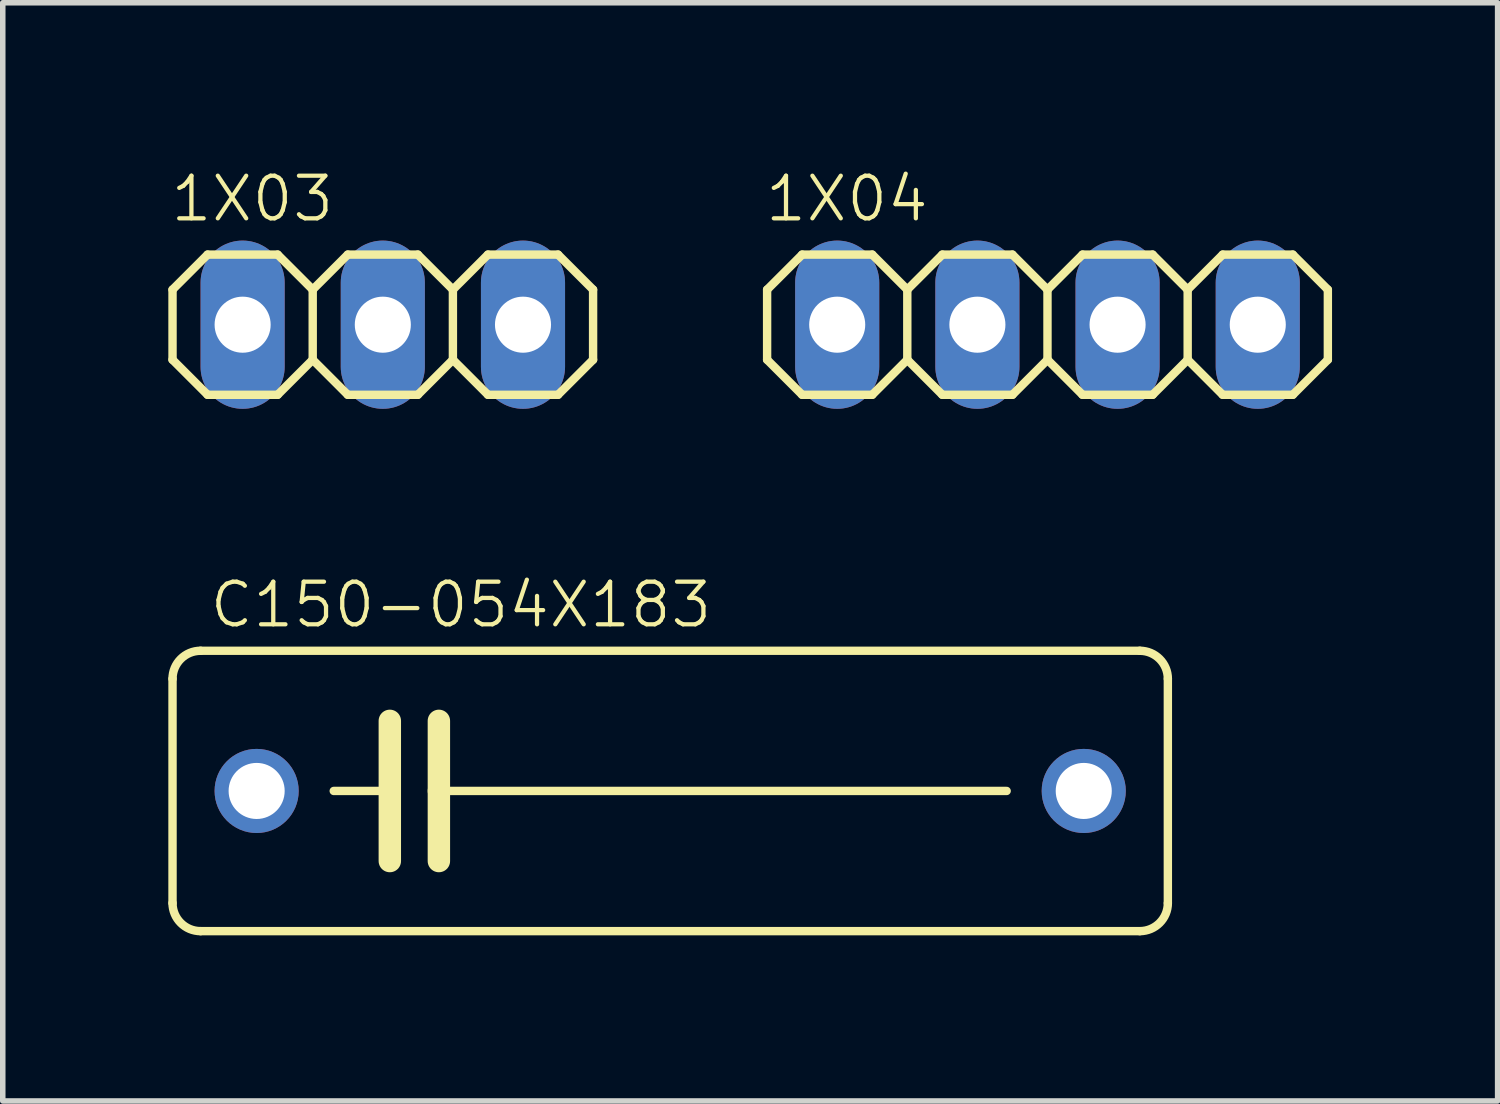
<source format=kicad_pcb>
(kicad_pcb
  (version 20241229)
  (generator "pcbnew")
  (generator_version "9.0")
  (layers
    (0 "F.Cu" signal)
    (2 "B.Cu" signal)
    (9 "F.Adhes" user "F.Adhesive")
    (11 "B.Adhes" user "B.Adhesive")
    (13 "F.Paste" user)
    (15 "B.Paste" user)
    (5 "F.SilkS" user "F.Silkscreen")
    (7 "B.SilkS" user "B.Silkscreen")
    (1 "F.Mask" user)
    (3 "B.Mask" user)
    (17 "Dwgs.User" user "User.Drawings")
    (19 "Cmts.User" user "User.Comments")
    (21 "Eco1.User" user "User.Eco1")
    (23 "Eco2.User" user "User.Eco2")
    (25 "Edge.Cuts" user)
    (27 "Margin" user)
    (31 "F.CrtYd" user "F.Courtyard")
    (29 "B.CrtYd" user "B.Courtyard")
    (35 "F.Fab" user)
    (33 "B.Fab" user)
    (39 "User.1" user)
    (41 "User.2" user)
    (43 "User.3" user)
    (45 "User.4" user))
  (footprint "1X03"
    (layer "F.Cu")
    (at 3.886 2.833)
    (property "Reference" "1X03" (at -3.886 -1.829 0) (layer "F.SilkS") (effects (font (size 0.772 0.772) (thickness 0.077)) (justify left bottom)))
    (attr through_hole)
    (fp_line (start -3.81 -0.635) (end -3.81 0.635) (stroke (width 0.152) (type solid)) (layer "F.SilkS"))
    (fp_line (start -3.81 0.635) (end -3.175 1.27) (stroke (width 0.152) (type solid)) (layer "F.SilkS"))
    (fp_line (start -3.175 -1.27) (end -3.81 -0.635) (stroke (width 0.152) (type solid)) (layer "F.SilkS"))
    (fp_line (start -3.175 -1.27) (end -1.905 -1.27) (stroke (width 0.152) (type solid)) (layer "F.SilkS"))
    (fp_line (start -1.905 -1.27) (end -1.27 -0.635) (stroke (width 0.152) (type solid)) (layer "F.SilkS"))
    (fp_line (start -1.905 1.27) (end -3.175 1.27) (stroke (width 0.152) (type solid)) (layer "F.SilkS"))
    (fp_line (start -1.27 -0.635) (end -1.27 0.635) (stroke (width 0.152) (type solid)) (layer "F.SilkS"))
    (fp_line (start -1.27 -0.635) (end -0.635 -1.27) (stroke (width 0.152) (type solid)) (layer "F.SilkS"))
    (fp_line (start -1.27 0.635) (end -1.905 1.27) (stroke (width 0.152) (type solid)) (layer "F.SilkS"))
    (fp_line (start -0.635 -1.27) (end 0.635 -1.27) (stroke (width 0.152) (type solid)) (layer "F.SilkS"))
    (fp_line (start -0.635 1.27) (end -1.27 0.635) (stroke (width 0.152) (type solid)) (layer "F.SilkS"))
    (fp_line (start 0.635 -1.27) (end 1.27 -0.635) (stroke (width 0.152) (type solid)) (layer "F.SilkS"))
    (fp_line (start 0.635 1.27) (end -0.635 1.27) (stroke (width 0.152) (type solid)) (layer "F.SilkS"))
    (fp_line (start 1.27 -0.635) (end 1.27 0.635) (stroke (width 0.152) (type solid)) (layer "F.SilkS"))
    (fp_line (start 1.27 -0.635) (end 1.905 -1.27) (stroke (width 0.152) (type solid)) (layer "F.SilkS"))
    (fp_line (start 1.27 0.635) (end 0.635 1.27) (stroke (width 0.152) (type solid)) (layer "F.SilkS"))
    (fp_line (start 1.905 -1.27) (end 3.175 -1.27) (stroke (width 0.152) (type solid)) (layer "F.SilkS"))
    (fp_line (start 1.905 1.27) (end 1.27 0.635) (stroke (width 0.152) (type solid)) (layer "F.SilkS"))
    (fp_line (start 3.175 -1.27) (end 3.81 -0.635) (stroke (width 0.152) (type solid)) (layer "F.SilkS"))
    (fp_line (start 3.175 1.27) (end 1.905 1.27) (stroke (width 0.152) (type solid)) (layer "F.SilkS"))
    (fp_line (start 3.81 -0.635) (end 3.81 0.635) (stroke (width 0.152) (type solid)) (layer "F.SilkS"))
    (fp_line (start 3.81 0.635) (end 3.175 1.27) (stroke (width 0.152) (type solid)) (layer "F.SilkS"))
    (fp_poly (pts (xy -2.794 0.254) (xy -2.286 0.254) (xy -2.286 -0.254) (xy -2.794 -0.254)) (stroke (width 0.1) (type solid)) (fill no) (layer "F.Fab"))
    (fp_poly (pts (xy -0.254 0.254) (xy 0.254 0.254) (xy 0.254 -0.254) (xy -0.254 -0.254)) (stroke (width 0.1) (type solid)) (fill no) (layer "F.Fab"))
    (fp_poly (pts (xy 2.286 0.254) (xy 2.794 0.254) (xy 2.794 -0.254) (xy 2.286 -0.254)) (stroke (width 0.1) (type solid)) (fill no) (layer "F.Fab"))
    (pad "1" thru_hole oval (at -2.54 0 90) (size 3.048 1.524) (drill 1.016) (layers "*.Cu" "*.Mask"))
    (pad "2" thru_hole oval (at 0 0 90) (size 3.048 1.524) (drill 1.016) (layers "*.Cu" "*.Mask"))
    (pad "3" thru_hole oval (at 2.54 0 90) (size 3.048 1.524) (drill 1.016) (layers "*.Cu" "*.Mask")))
  (footprint "1X04"
    (layer "F.Cu")
    (at 15.929 2.833)
    (property "Reference" "1X04" (at -5.156 -1.829 180) (layer "F.SilkS") (effects (font (size 0.772 0.772) (thickness 0.077)) (justify left bottom)))
    (attr through_hole)
    (fp_line (start -5.08 -0.635) (end -5.08 0.635) (stroke (width 0.152) (type solid)) (layer "F.SilkS"))
    (fp_line (start -5.08 0.635) (end -4.445 1.27) (stroke (width 0.152) (type solid)) (layer "F.SilkS"))
    (fp_line (start -4.445 -1.27) (end -5.08 -0.635) (stroke (width 0.152) (type solid)) (layer "F.SilkS"))
    (fp_line (start -4.445 -1.27) (end -3.175 -1.27) (stroke (width 0.152) (type solid)) (layer "F.SilkS"))
    (fp_line (start -3.175 -1.27) (end -2.54 -0.635) (stroke (width 0.152) (type solid)) (layer "F.SilkS"))
    (fp_line (start -3.175 1.27) (end -4.445 1.27) (stroke (width 0.152) (type solid)) (layer "F.SilkS"))
    (fp_line (start -2.54 -0.635) (end -2.54 0.635) (stroke (width 0.152) (type solid)) (layer "F.SilkS"))
    (fp_line (start -2.54 -0.635) (end -1.905 -1.27) (stroke (width 0.152) (type solid)) (layer "F.SilkS"))
    (fp_line (start -2.54 0.635) (end -3.175 1.27) (stroke (width 0.152) (type solid)) (layer "F.SilkS"))
    (fp_line (start -1.905 -1.27) (end -0.635 -1.27) (stroke (width 0.152) (type solid)) (layer "F.SilkS"))
    (fp_line (start -1.905 1.27) (end -2.54 0.635) (stroke (width 0.152) (type solid)) (layer "F.SilkS"))
    (fp_line (start -0.635 -1.27) (end 0 -0.635) (stroke (width 0.152) (type solid)) (layer "F.SilkS"))
    (fp_line (start -0.635 1.27) (end -1.905 1.27) (stroke (width 0.152) (type solid)) (layer "F.SilkS"))
    (fp_line (start 0 -0.635) (end 0 0.635) (stroke (width 0.152) (type solid)) (layer "F.SilkS"))
    (fp_line (start 0 -0.635) (end 0.635 -1.27) (stroke (width 0.152) (type solid)) (layer "F.SilkS"))
    (fp_line (start 0 0.635) (end -0.635 1.27) (stroke (width 0.152) (type solid)) (layer "F.SilkS"))
    (fp_line (start 0.635 -1.27) (end 1.905 -1.27) (stroke (width 0.152) (type solid)) (layer "F.SilkS"))
    (fp_line (start 0.635 1.27) (end 0 0.635) (stroke (width 0.152) (type solid)) (layer "F.SilkS"))
    (fp_line (start 1.905 -1.27) (end 2.54 -0.635) (stroke (width 0.152) (type solid)) (layer "F.SilkS"))
    (fp_line (start 1.905 1.27) (end 0.635 1.27) (stroke (width 0.152) (type solid)) (layer "F.SilkS"))
    (fp_line (start 2.54 -0.635) (end 2.54 0.635) (stroke (width 0.152) (type solid)) (layer "F.SilkS"))
    (fp_line (start 2.54 0.635) (end 1.905 1.27) (stroke (width 0.152) (type solid)) (layer "F.SilkS"))
    (fp_line (start 2.54 0.635) (end 3.175 1.27) (stroke (width 0.152) (type solid)) (layer "F.SilkS"))
    (fp_line (start 3.175 -1.27) (end 2.54 -0.635) (stroke (width 0.152) (type solid)) (layer "F.SilkS"))
    (fp_line (start 3.175 -1.27) (end 4.445 -1.27) (stroke (width 0.152) (type solid)) (layer "F.SilkS"))
    (fp_line (start 4.445 -1.27) (end 5.08 -0.635) (stroke (width 0.152) (type solid)) (layer "F.SilkS"))
    (fp_line (start 4.445 1.27) (end 3.175 1.27) (stroke (width 0.152) (type solid)) (layer "F.SilkS"))
    (fp_line (start 5.08 -0.635) (end 5.08 0.635) (stroke (width 0.152) (type solid)) (layer "F.SilkS"))
    (fp_line (start 5.08 0.635) (end 4.445 1.27) (stroke (width 0.152) (type solid)) (layer "F.SilkS"))
    (fp_poly (pts (xy -4.064 0.254) (xy -3.556 0.254) (xy -3.556 -0.254) (xy -4.064 -0.254)) (stroke (width 0.1) (type solid)) (fill no) (layer "F.Fab"))
    (fp_poly (pts (xy -1.524 0.254) (xy -1.016 0.254) (xy -1.016 -0.254) (xy -1.524 -0.254)) (stroke (width 0.1) (type solid)) (fill no) (layer "F.Fab"))
    (fp_poly (pts (xy 1.016 0.254) (xy 1.524 0.254) (xy 1.524 -0.254) (xy 1.016 -0.254)) (stroke (width 0.1) (type solid)) (fill no) (layer "F.Fab"))
    (fp_poly (pts (xy 3.556 0.254) (xy 4.064 0.254) (xy 4.064 -0.254) (xy 3.556 -0.254)) (stroke (width 0.1) (type solid)) (fill no) (layer "F.Fab"))
    (pad "1" thru_hole oval (at -3.81 0 90) (size 3.048 1.524) (drill 1.016) (layers "*.Cu" "*.Mask"))
    (pad "2" thru_hole oval (at -1.27 0 90) (size 3.048 1.524) (drill 1.016) (layers "*.Cu" "*.Mask"))
    (pad "3" thru_hole oval (at 1.27 0 90) (size 3.048 1.524) (drill 1.016) (layers "*.Cu" "*.Mask"))
    (pad "4" thru_hole oval (at 3.81 0 90) (size 3.048 1.524) (drill 1.016) (layers "*.Cu" "*.Mask")))
  (footprint "C150-054X183"
    (layer "F.Cu")
    (at 9.093 11.281)
    (property "Reference" "C150-054X183" (at -8.382 -2.921 0) (layer "F.SilkS") (effects (font (size 0.772 0.772) (thickness 0.077)) (justify left bottom)))
    (attr through_hole)
    (fp_line (start -9.017 2.032) (end -9.017 -2.032) (stroke (width 0.152) (type solid)) (layer "F.SilkS"))
    (fp_line (start -8.509 -2.54) (end 8.509 -2.54) (stroke (width 0.152) (type solid)) (layer "F.SilkS"))
    (fp_line (start -5.08 -1.27) (end -5.08 0) (stroke (width 0.406) (type solid)) (layer "F.SilkS"))
    (fp_line (start -5.08 0) (end -6.096 0) (stroke (width 0.152) (type solid)) (layer "F.SilkS"))
    (fp_line (start -5.08 0) (end -5.08 1.27) (stroke (width 0.406) (type solid)) (layer "F.SilkS"))
    (fp_line (start -4.191 -1.27) (end -4.191 0) (stroke (width 0.406) (type solid)) (layer "F.SilkS"))
    (fp_line (start -4.191 0) (end -4.191 1.27) (stroke (width 0.406) (type solid)) (layer "F.SilkS"))
    (fp_line (start -4.191 0) (end 6.096 0) (stroke (width 0.152) (type solid)) (layer "F.SilkS"))
    (fp_line (start 8.509 2.54) (end -8.509 2.54) (stroke (width 0.152) (type solid)) (layer "F.SilkS"))
    (fp_line (start 9.017 -2.032) (end 9.017 2.032) (stroke (width 0.152) (type solid)) (layer "F.SilkS"))
    (fp_arc (start -9.017 -2.032) (mid -8.86821 -2.39121) (end -8.509 -2.54) (stroke (width 0.1524) (type solid)) (layer "F.SilkS"))
    (fp_arc (start -8.509 2.54) (mid -8.86821 2.39121) (end -9.017 2.032) (stroke (width 0.1524) (type solid)) (layer "F.SilkS"))
    (fp_arc (start 8.509 -2.54) (mid 8.86821 -2.39121) (end 9.017 -2.032) (stroke (width 0.1524) (type solid)) (layer "F.SilkS"))
    (fp_arc (start 9.017 2.032) (mid 8.86821 2.39121) (end 8.509 2.54) (stroke (width 0.1524) (type solid)) (layer "F.SilkS"))
    (pad "1" thru_hole circle (at -7.493 0) (size 1.524 1.524) (drill 1.016) (layers "*.Cu" "*.Mask"))
    (pad "2" thru_hole circle (at 7.493 0) (size 1.524 1.524) (drill 1.016) (layers "*.Cu" "*.Mask")))
  (gr_rect
    (start -3 -3)
    (end 24.085 16.898)
    (stroke (width 0.1) (type default))
    (fill no)
    (layer "Edge.Cuts")))
</source>
